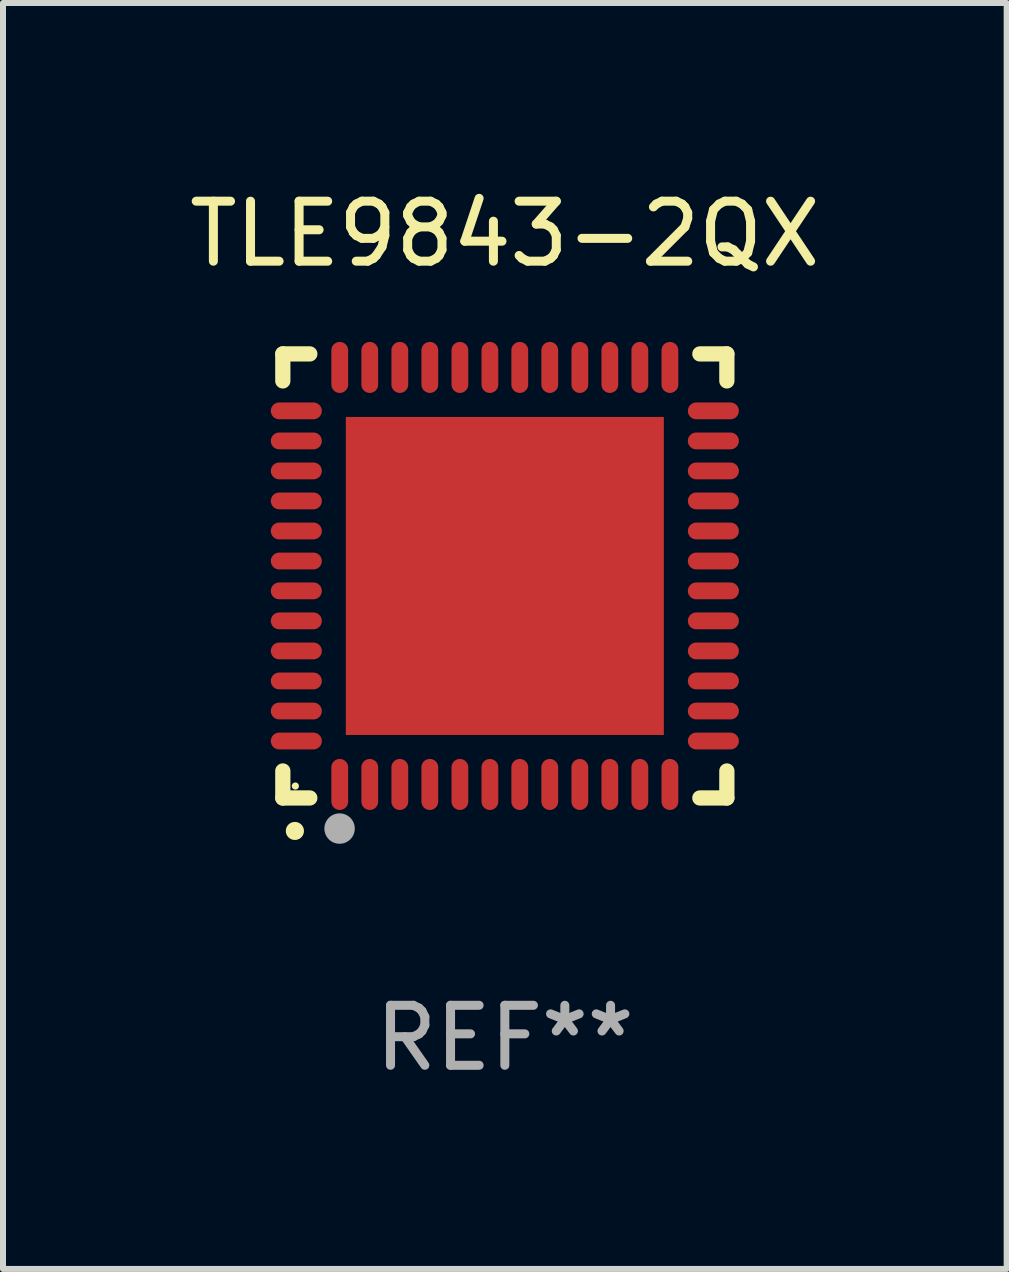
<source format=kicad_pcb>
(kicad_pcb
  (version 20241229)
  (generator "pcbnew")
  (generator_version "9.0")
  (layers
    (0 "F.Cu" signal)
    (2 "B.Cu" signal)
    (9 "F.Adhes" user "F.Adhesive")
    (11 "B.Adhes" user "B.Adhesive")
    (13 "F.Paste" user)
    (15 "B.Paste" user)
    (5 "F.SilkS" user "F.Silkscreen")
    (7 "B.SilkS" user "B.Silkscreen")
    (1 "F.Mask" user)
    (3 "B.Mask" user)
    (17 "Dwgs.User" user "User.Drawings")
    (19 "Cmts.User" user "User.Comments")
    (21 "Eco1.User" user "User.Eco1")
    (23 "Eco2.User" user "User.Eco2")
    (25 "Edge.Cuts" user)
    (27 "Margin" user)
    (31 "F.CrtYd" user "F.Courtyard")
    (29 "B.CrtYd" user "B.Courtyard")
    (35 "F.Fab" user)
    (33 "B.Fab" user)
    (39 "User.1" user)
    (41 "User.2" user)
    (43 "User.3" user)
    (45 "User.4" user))
  (footprint "TLE9843-2QX"
    (layer "F.Cu")
    (at 5.363 6.548)
    (property "Reference" "TLE9843-2QX" (at 0 -5.7 0) (layer "F.SilkS") (effects (font (size 1 1) (thickness 0.15))))
    (attr through_hole)
    (fp_line (start -3.7 -3.7) (end -3.25 -3.7) (stroke (width 0.254) (type solid)) (layer "F.SilkS"))
    (fp_line (start -3.7 -3.25) (end -3.7 -3.7) (stroke (width 0.254) (type solid)) (layer "F.SilkS"))
    (fp_line (start -3.7 3.7) (end -3.7 3.25) (stroke (width 0.254) (type solid)) (layer "F.SilkS"))
    (fp_line (start -3.25 3.7) (end -3.7 3.7) (stroke (width 0.254) (type solid)) (layer "F.SilkS"))
    (fp_line (start 3.25 3.7) (end 3.7 3.7) (stroke (width 0.254) (type solid)) (layer "F.SilkS"))
    (fp_line (start 3.7 -3.7) (end 3.25 -3.7) (stroke (width 0.254) (type solid)) (layer "F.SilkS"))
    (fp_line (start 3.7 -3.25) (end 3.7 -3.7) (stroke (width 0.254) (type solid)) (layer "F.SilkS"))
    (fp_line (start 3.7 3.7) (end 3.7 3.25) (stroke (width 0.254) (type solid)) (layer "F.SilkS"))
    (fp_arc (start -3.500127 4.249428) (mid -3.498857 4.249423) (end -3.497587 4.249428) (stroke (width 0.3) (type solid)) (layer "F.SilkS"))
    (fp_circle (center -3.491 3.501) (end -3.461 3.501) (stroke (width 0.06) (type solid)) (fill no) (layer "F.SilkS"))
    (fp_circle (center -2.754 4.21) (end -2.627 4.21) (stroke (width 0.254) (type solid)) (fill no) (layer "F.Fab"))
    (fp_text user "REF**" (at 0 7.7 0) (layer "F.Fab") (effects (font (size 1 1) (thickness 0.15))))
    (pad "1" smd oval (at -2.751 3.475) (size 0.28 0.85) (layers "F.Cu" "F.Mask" "F.Paste"))
    (pad "2" smd oval (at -2.251 3.475) (size 0.28 0.85) (layers "F.Cu" "F.Mask" "F.Paste"))
    (pad "3" smd oval (at -1.75 3.475) (size 0.28 0.85) (layers "F.Cu" "F.Mask" "F.Paste"))
    (pad "4" smd oval (at -1.25 3.475) (size 0.28 0.85) (layers "F.Cu" "F.Mask" "F.Paste"))
    (pad "5" smd oval (at -0.749 3.475) (size 0.28 0.85) (layers "F.Cu" "F.Mask" "F.Paste"))
    (pad "6" smd oval (at -0.249 3.475) (size 0.28 0.85) (layers "F.Cu" "F.Mask" "F.Paste"))
    (pad "7" smd oval (at 0.249 3.475) (size 0.28 0.85) (layers "F.Cu" "F.Mask" "F.Paste"))
    (pad "8" smd oval (at 0.749 3.475) (size 0.28 0.85) (layers "F.Cu" "F.Mask" "F.Paste"))
    (pad "9" smd oval (at 1.25 3.475) (size 0.28 0.85) (layers "F.Cu" "F.Mask" "F.Paste"))
    (pad "10" smd oval (at 1.75 3.475) (size 0.28 0.85) (layers "F.Cu" "F.Mask" "F.Paste"))
    (pad "11" smd oval (at 2.25 3.475) (size 0.28 0.85) (layers "F.Cu" "F.Mask" "F.Paste"))
    (pad "12" smd oval (at 2.751 3.475) (size 0.28 0.85) (layers "F.Cu" "F.Mask" "F.Paste"))
    (pad "13" smd oval (at 3.475 2.751) (size 0.85 0.28) (layers "F.Cu" "F.Mask" "F.Paste"))
    (pad "14" smd oval (at 3.475 2.251) (size 0.85 0.28) (layers "F.Cu" "F.Mask" "F.Paste"))
    (pad "15" smd oval (at 3.475 1.75) (size 0.85 0.28) (layers "F.Cu" "F.Mask" "F.Paste"))
    (pad "16" smd oval (at 3.475 1.25) (size 0.85 0.28) (layers "F.Cu" "F.Mask" "F.Paste"))
    (pad "17" smd oval (at 3.475 0.749) (size 0.85 0.28) (layers "F.Cu" "F.Mask" "F.Paste"))
    (pad "18" smd oval (at 3.475 0.249) (size 0.85 0.28) (layers "F.Cu" "F.Mask" "F.Paste"))
    (pad "19" smd oval (at 3.475 -0.249) (size 0.85 0.28) (layers "F.Cu" "F.Mask" "F.Paste"))
    (pad "20" smd oval (at 3.475 -0.749) (size 0.85 0.28) (layers "F.Cu" "F.Mask" "F.Paste"))
    (pad "21" smd oval (at 3.475 -1.25) (size 0.85 0.28) (layers "F.Cu" "F.Mask" "F.Paste"))
    (pad "22" smd oval (at 3.475 -1.75) (size 0.85 0.28) (layers "F.Cu" "F.Mask" "F.Paste"))
    (pad "23" smd oval (at 3.475 -2.25) (size 0.85 0.28) (layers "F.Cu" "F.Mask" "F.Paste"))
    (pad "24" smd oval (at 3.475 -2.751) (size 0.85 0.28) (layers "F.Cu" "F.Mask" "F.Paste"))
    (pad "25" smd oval (at 2.751 -3.475) (size 0.28 0.85) (layers "F.Cu" "F.Mask" "F.Paste"))
    (pad "26" smd oval (at 2.25 -3.475) (size 0.28 0.85) (layers "F.Cu" "F.Mask" "F.Paste"))
    (pad "27" smd oval (at 1.75 -3.475) (size 0.28 0.85) (layers "F.Cu" "F.Mask" "F.Paste"))
    (pad "28" smd oval (at 1.25 -3.475) (size 0.28 0.85) (layers "F.Cu" "F.Mask" "F.Paste"))
    (pad "29" smd oval (at 0.749 -3.475) (size 0.28 0.85) (layers "F.Cu" "F.Mask" "F.Paste"))
    (pad "30" smd oval (at 0.249 -3.475) (size 0.28 0.85) (layers "F.Cu" "F.Mask" "F.Paste"))
    (pad "31" smd oval (at -0.249 -3.475) (size 0.28 0.85) (layers "F.Cu" "F.Mask" "F.Paste"))
    (pad "32" smd oval (at -0.749 -3.475) (size 0.28 0.85) (layers "F.Cu" "F.Mask" "F.Paste"))
    (pad "33" smd oval (at -1.25 -3.475) (size 0.28 0.85) (layers "F.Cu" "F.Mask" "F.Paste"))
    (pad "34" smd oval (at -1.75 -3.475) (size 0.28 0.85) (layers "F.Cu" "F.Mask" "F.Paste"))
    (pad "35" smd oval (at -2.251 -3.475) (size 0.28 0.85) (layers "F.Cu" "F.Mask" "F.Paste"))
    (pad "36" smd oval (at -2.751 -3.475) (size 0.28 0.85) (layers "F.Cu" "F.Mask" "F.Paste"))
    (pad "37" smd oval (at -3.475 -2.751) (size 0.85 0.28) (layers "F.Cu" "F.Mask" "F.Paste"))
    (pad "38" smd oval (at -3.475 -2.25) (size 0.85 0.28) (layers "F.Cu" "F.Mask" "F.Paste"))
    (pad "39" smd oval (at -3.475 -1.75) (size 0.85 0.28) (layers "F.Cu" "F.Mask" "F.Paste"))
    (pad "40" smd oval (at -3.475 -1.25) (size 0.85 0.28) (layers "F.Cu" "F.Mask" "F.Paste"))
    (pad "41" smd oval (at -3.475 -0.749) (size 0.85 0.28) (layers "F.Cu" "F.Mask" "F.Paste"))
    (pad "42" smd oval (at -3.475 -0.249) (size 0.85 0.28) (layers "F.Cu" "F.Mask" "F.Paste"))
    (pad "43" smd oval (at -3.475 0.249) (size 0.85 0.28) (layers "F.Cu" "F.Mask" "F.Paste"))
    (pad "44" smd oval (at -3.475 0.749) (size 0.85 0.28) (layers "F.Cu" "F.Mask" "F.Paste"))
    (pad "45" smd oval (at -3.475 1.25) (size 0.85 0.28) (layers "F.Cu" "F.Mask" "F.Paste"))
    (pad "46" smd oval (at -3.475 1.75) (size 0.85 0.28) (layers "F.Cu" "F.Mask" "F.Paste"))
    (pad "47" smd oval (at -3.475 2.251) (size 0.85 0.28) (layers "F.Cu" "F.Mask" "F.Paste"))
    (pad "48" smd oval (at -3.475 2.751) (size 0.85 0.28) (layers "F.Cu" "F.Mask" "F.Paste"))
    (pad "49" smd rect (at -0.000102 0.000102) (size 5.3 5.3) (layers "F.Cu" "F.Mask" "F.Paste")))
  (gr_rect
    (start -3 -3)
    (end 13.726 18.097)
    (stroke (width 0.1) (type default))
    (fill no)
    (layer "Edge.Cuts")))
</source>
